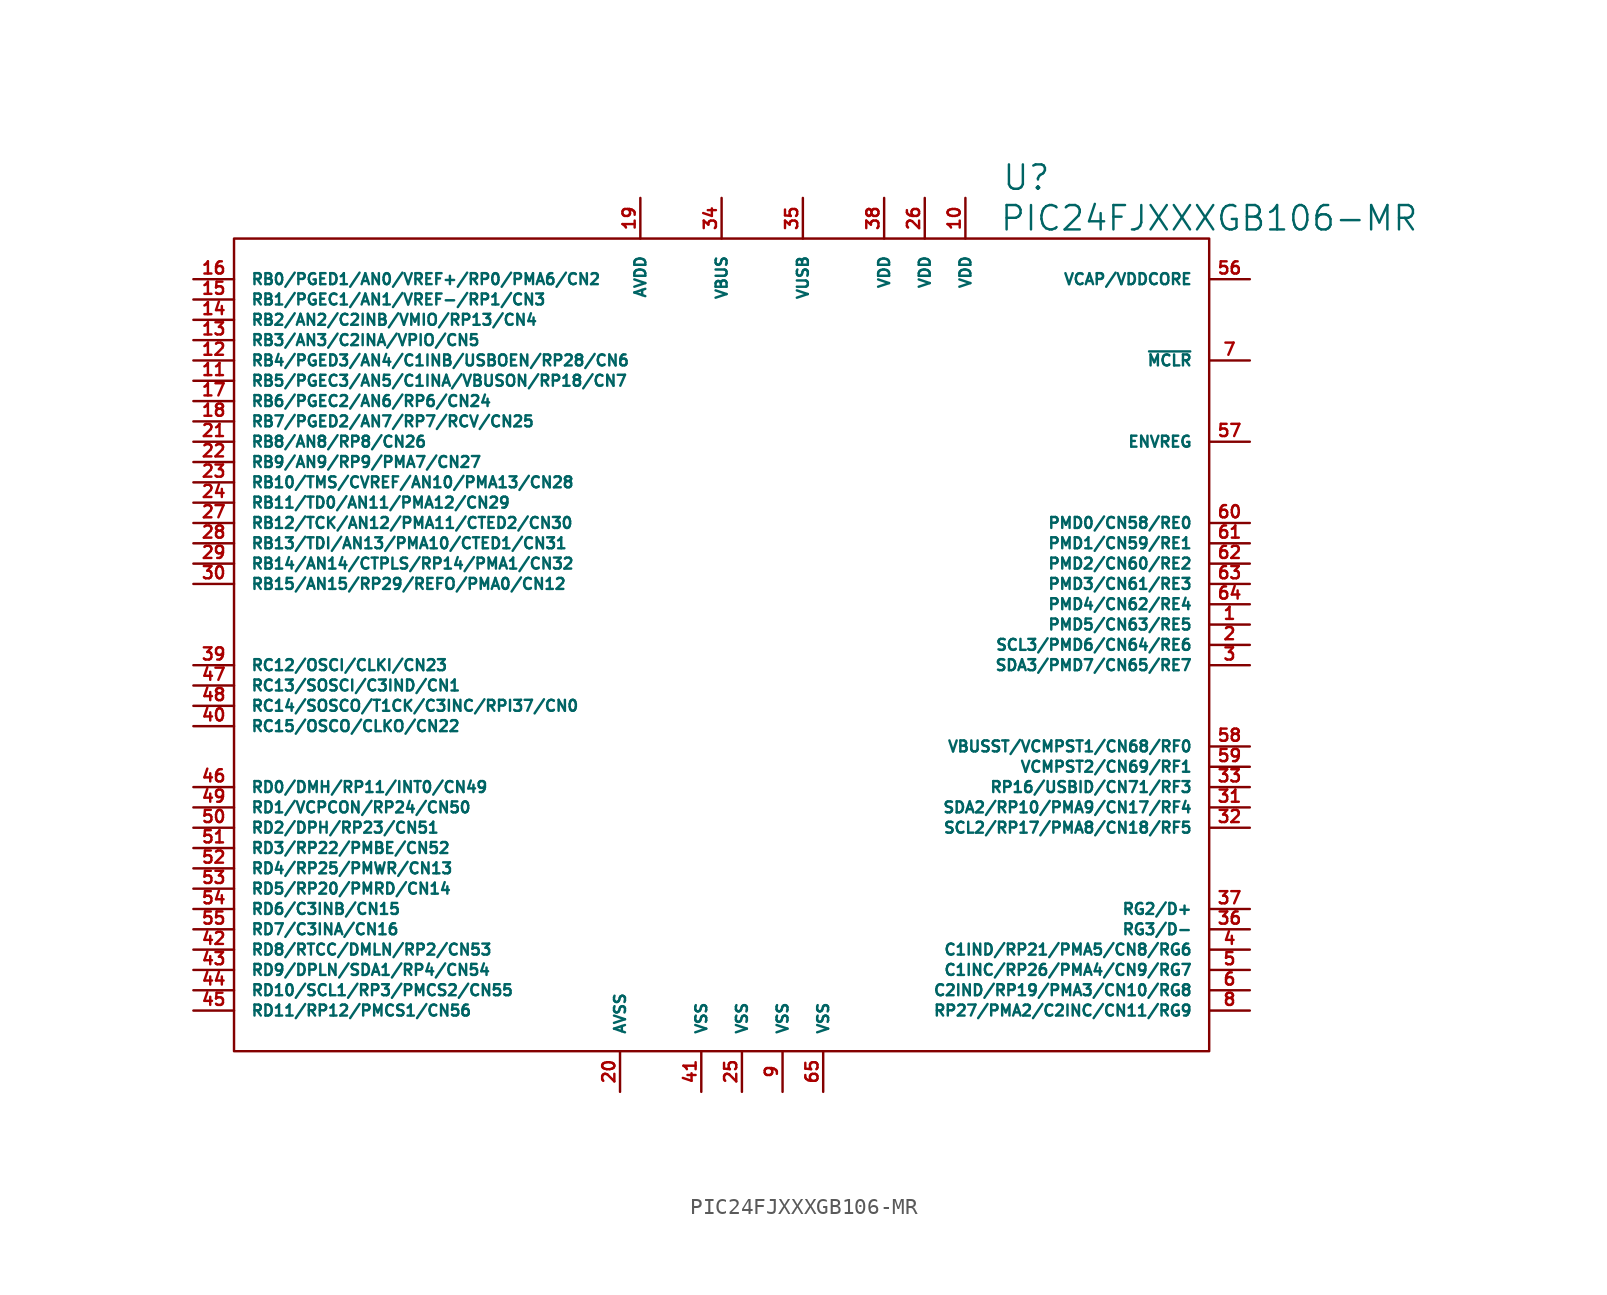
<source format=kicad_sym>
(kicad_symbol_lib
  (version 20220914)
  (generator kicad_symbol_editor)
  (symbol "PIC24FJXXXGB106-MR"
    (pin_names
      (offset 1.016))
    (property "Reference" "U"
      (at 19.05 29.21 0)
      (effects (font (size 1.524 1.524))))
    (property "Value" "PIC24FJXXXGB106-MR"
      (at 30.48 26.67 0)
      (effects (font (size 1.524 1.524))))
    (property "Footprint" ""
      (at 0 -8.89 0)
      (effects (font (size 1.524 1.524))))
    (property "Datasheet" ""
      (at 0 0 0)
      (effects (font (size 1.524 1.524))))
    (symbol "PIC24FJXXXGB106-MR_0_1"
      (rectangle (start 30.48 25.4) (end -30.48 -25.4) (stroke (width 0) (type solid)) (fill (type none))))
    (symbol "PIC24FJXXXGB106-MR_1_1"
      (pin passive line (at 33.02 1.27 180) (length 2.54) (name "PMD5/CN63/RE5" (effects (font (size 0.686 0.686)))) (number "1" (effects (font (size 0.762 0.762)))))
      (pin passive line (at 15.24 27.94 270) (length 2.54) (name "VDD" (effects (font (size 0.686 0.686)))) (number "10" (effects (font (size 0.762 0.762)))))
      (pin passive line (at -33.02 16.51 0) (length 2.54) (name "RB5/PGEC3/AN5/C1INA/VBUSON/RP18/CN7" (effects (font (size 0.686 0.686)))) (number "11" (effects (font (size 0.762 0.762)))))
      (pin passive line (at -33.02 17.78 0) (length 2.54) (name "RB4/PGED3/AN4/C1INB/USBOEN/RP28/CN6" (effects (font (size 0.686 0.686)))) (number "12" (effects (font (size 0.762 0.762)))))
      (pin passive line (at -33.02 19.05 0) (length 2.54) (name "RB3/AN3/C2INA/VPIO/CN5" (effects (font (size 0.686 0.686)))) (number "13" (effects (font (size 0.762 0.762)))))
      (pin passive line (at -33.02 20.32 0) (length 2.54) (name "RB2/AN2/C2INB/VMIO/RP13/CN4" (effects (font (size 0.686 0.686)))) (number "14" (effects (font (size 0.762 0.762)))))
      (pin passive line (at -33.02 21.59 0) (length 2.54) (name "RB1/PGEC1/AN1/VREF-/RP1/CN3" (effects (font (size 0.686 0.686)))) (number "15" (effects (font (size 0.762 0.762)))))
      (pin passive line (at -33.02 22.86 0) (length 2.54) (name "RB0/PGED1/AN0/VREF+/RP0/PMA6/CN2" (effects (font (size 0.686 0.686)))) (number "16" (effects (font (size 0.762 0.762)))))
      (pin passive line (at -33.02 15.24 0) (length 2.54) (name "RB6/PGEC2/AN6/RP6/CN24" (effects (font (size 0.686 0.686)))) (number "17" (effects (font (size 0.762 0.762)))))
      (pin passive line (at -33.02 13.97 0) (length 2.54) (name "RB7/PGED2/AN7/RP7/RCV/CN25" (effects (font (size 0.686 0.686)))) (number "18" (effects (font (size 0.762 0.762)))))
      (pin passive line (at -5.08 27.94 270) (length 2.54) (name "AVDD" (effects (font (size 0.686 0.686)))) (number "19" (effects (font (size 0.762 0.762)))))
      (pin passive line (at 33.02 0 180) (length 2.54) (name "SCL3/PMD6/CN64/RE6" (effects (font (size 0.686 0.686)))) (number "2" (effects (font (size 0.762 0.762)))))
      (pin passive line (at -6.35 -27.94 90) (length 2.54) (name "AVSS" (effects (font (size 0.686 0.686)))) (number "20" (effects (font (size 0.762 0.762)))))
      (pin passive line (at -33.02 12.7 0) (length 2.54) (name "RB8/AN8/RP8/CN26" (effects (font (size 0.686 0.686)))) (number "21" (effects (font (size 0.762 0.762)))))
      (pin passive line (at -33.02 11.43 0) (length 2.54) (name "RB9/AN9/RP9/PMA7/CN27" (effects (font (size 0.686 0.686)))) (number "22" (effects (font (size 0.762 0.762)))))
      (pin passive line (at -33.02 10.16 0) (length 2.54) (name "RB10/TMS/CVREF/AN10/PMA13/CN28" (effects (font (size 0.686 0.686)))) (number "23" (effects (font (size 0.762 0.762)))))
      (pin passive line (at -33.02 8.89 0) (length 2.54) (name "RB11/TD0/AN11/PMA12/CN29" (effects (font (size 0.686 0.686)))) (number "24" (effects (font (size 0.762 0.762)))))
      (pin passive line (at 1.27 -27.94 90) (length 2.54) (name "VSS" (effects (font (size 0.686 0.686)))) (number "25" (effects (font (size 0.762 0.762)))))
      (pin passive line (at 12.7 27.94 270) (length 2.54) (name "VDD" (effects (font (size 0.686 0.686)))) (number "26" (effects (font (size 0.762 0.762)))))
      (pin passive line (at -33.02 7.62 0) (length 2.54) (name "RB12/TCK/AN12/PMA11/CTED2/CN30" (effects (font (size 0.686 0.686)))) (number "27" (effects (font (size 0.762 0.762)))))
      (pin passive line (at -33.02 6.35 0) (length 2.54) (name "RB13/TDI/AN13/PMA10/CTED1/CN31" (effects (font (size 0.686 0.686)))) (number "28" (effects (font (size 0.762 0.762)))))
      (pin passive line (at -33.02 5.08 0) (length 2.54) (name "RB14/AN14/CTPLS/RP14/PMA1/CN32" (effects (font (size 0.686 0.686)))) (number "29" (effects (font (size 0.762 0.762)))))
      (pin passive line (at 33.02 -1.27 180) (length 2.54) (name "SDA3/PMD7/CN65/RE7" (effects (font (size 0.686 0.686)))) (number "3" (effects (font (size 0.762 0.762)))))
      (pin passive line (at -33.02 3.81 0) (length 2.54) (name "RB15/AN15/RP29/REFO/PMA0/CN12" (effects (font (size 0.686 0.686)))) (number "30" (effects (font (size 0.762 0.762)))))
      (pin passive line (at 33.02 -10.16 180) (length 2.54) (name "SDA2/RP10/PMA9/CN17/RF4" (effects (font (size 0.686 0.686)))) (number "31" (effects (font (size 0.762 0.762)))))
      (pin passive line (at 33.02 -11.43 180) (length 2.54) (name "SCL2/RP17/PMA8/CN18/RF5" (effects (font (size 0.686 0.686)))) (number "32" (effects (font (size 0.762 0.762)))))
      (pin passive line (at 33.02 -8.89 180) (length 2.54) (name "RP16/USBID/CN71/RF3" (effects (font (size 0.686 0.686)))) (number "33" (effects (font (size 0.762 0.762)))))
      (pin passive line (at 0 27.94 270) (length 2.54) (name "VBUS" (effects (font (size 0.686 0.686)))) (number "34" (effects (font (size 0.762 0.762)))))
      (pin passive line (at 5.08 27.94 270) (length 2.54) (name "VUSB" (effects (font (size 0.686 0.686)))) (number "35" (effects (font (size 0.762 0.762)))))
      (pin passive line (at 33.02 -17.78 180) (length 2.54) (name "RG3/D-" (effects (font (size 0.686 0.686)))) (number "36" (effects (font (size 0.762 0.762)))))
      (pin passive line (at 33.02 -16.51 180) (length 2.54) (name "RG2/D+" (effects (font (size 0.686 0.686)))) (number "37" (effects (font (size 0.762 0.762)))))
      (pin passive line (at 10.16 27.94 270) (length 2.54) (name "VDD" (effects (font (size 0.686 0.686)))) (number "38" (effects (font (size 0.762 0.762)))))
      (pin passive line (at -33.02 -1.27 0) (length 2.54) (name "RC12/OSCI/CLKI/CN23" (effects (font (size 0.686 0.686)))) (number "39" (effects (font (size 0.762 0.762)))))
      (pin passive line (at 33.02 -19.05 180) (length 2.54) (name "C1IND/RP21/PMA5/CN8/RG6" (effects (font (size 0.686 0.686)))) (number "4" (effects (font (size 0.762 0.762)))))
      (pin passive line (at -33.02 -5.08 0) (length 2.54) (name "RC15/OSCO/CLKO/CN22" (effects (font (size 0.686 0.686)))) (number "40" (effects (font (size 0.762 0.762)))))
      (pin passive line (at -1.27 -27.94 90) (length 2.54) (name "VSS" (effects (font (size 0.686 0.686)))) (number "41" (effects (font (size 0.762 0.762)))))
      (pin passive line (at -33.02 -19.05 0) (length 2.54) (name "RD8/RTCC/DMLN/RP2/CN53" (effects (font (size 0.686 0.686)))) (number "42" (effects (font (size 0.762 0.762)))))
      (pin passive line (at -33.02 -20.32 0) (length 2.54) (name "RD9/DPLN/SDA1/RP4/CN54" (effects (font (size 0.686 0.686)))) (number "43" (effects (font (size 0.762 0.762)))))
      (pin passive line (at -33.02 -21.59 0) (length 2.54) (name "RD10/SCL1/RP3/PMCS2/CN55" (effects (font (size 0.686 0.686)))) (number "44" (effects (font (size 0.762 0.762)))))
      (pin passive line (at -33.02 -22.86 0) (length 2.54) (name "RD11/RP12/PMCS1/CN56" (effects (font (size 0.686 0.686)))) (number "45" (effects (font (size 0.762 0.762)))))
      (pin passive line (at -33.02 -8.89 0) (length 2.54) (name "RD0/DMH/RP11/INT0/CN49" (effects (font (size 0.686 0.686)))) (number "46" (effects (font (size 0.762 0.762)))))
      (pin passive line (at -33.02 -2.54 0) (length 2.54) (name "RC13/SOSCI/C3IND/CN1" (effects (font (size 0.686 0.686)))) (number "47" (effects (font (size 0.762 0.762)))))
      (pin passive line (at -33.02 -3.81 0) (length 2.54) (name "RC14/SOSCO/T1CK/C3INC/RPI37/CN0" (effects (font (size 0.686 0.686)))) (number "48" (effects (font (size 0.762 0.762)))))
      (pin passive line (at -33.02 -10.16 0) (length 2.54) (name "RD1/VCPCON/RP24/CN50" (effects (font (size 0.686 0.686)))) (number "49" (effects (font (size 0.762 0.762)))))
      (pin passive line (at 33.02 -20.32 180) (length 2.54) (name "C1INC/RP26/PMA4/CN9/RG7" (effects (font (size 0.686 0.686)))) (number "5" (effects (font (size 0.762 0.762)))))
      (pin passive line (at -33.02 -11.43 0) (length 2.54) (name "RD2/DPH/RP23/CN51" (effects (font (size 0.686 0.686)))) (number "50" (effects (font (size 0.762 0.762)))))
      (pin passive line (at -33.02 -12.7 0) (length 2.54) (name "RD3/RP22/PMBE/CN52" (effects (font (size 0.686 0.686)))) (number "51" (effects (font (size 0.762 0.762)))))
      (pin passive line (at -33.02 -13.97 0) (length 2.54) (name "RD4/RP25/PMWR/CN13" (effects (font (size 0.686 0.686)))) (number "52" (effects (font (size 0.762 0.762)))))
      (pin passive line (at -33.02 -15.24 0) (length 2.54) (name "RD5/RP20/PMRD/CN14" (effects (font (size 0.686 0.686)))) (number "53" (effects (font (size 0.762 0.762)))))
      (pin passive line (at -33.02 -16.51 0) (length 2.54) (name "RD6/C3INB/CN15" (effects (font (size 0.686 0.686)))) (number "54" (effects (font (size 0.762 0.762)))))
      (pin passive line (at -33.02 -17.78 0) (length 2.54) (name "RD7/C3INA/CN16" (effects (font (size 0.686 0.686)))) (number "55" (effects (font (size 0.762 0.762)))))
      (pin passive line (at 33.02 22.86 180) (length 2.54) (name "VCAP/VDDCORE" (effects (font (size 0.686 0.686)))) (number "56" (effects (font (size 0.762 0.762)))))
      (pin passive line (at 33.02 12.7 180) (length 2.54) (name "ENVREG" (effects (font (size 0.686 0.686)))) (number "57" (effects (font (size 0.762 0.762)))))
      (pin passive line (at 33.02 -6.35 180) (length 2.54) (name "VBUSST/VCMPST1/CN68/RF0" (effects (font (size 0.686 0.686)))) (number "58" (effects (font (size 0.762 0.762)))))
      (pin passive line (at 33.02 -7.62 180) (length 2.54) (name "VCMPST2/CN69/RF1" (effects (font (size 0.686 0.686)))) (number "59" (effects (font (size 0.762 0.762)))))
      (pin passive line (at 33.02 -21.59 180) (length 2.54) (name "C2IND/RP19/PMA3/CN10/RG8" (effects (font (size 0.686 0.686)))) (number "6" (effects (font (size 0.762 0.762)))))
      (pin passive line (at 33.02 7.62 180) (length 2.54) (name "PMD0/CN58/RE0" (effects (font (size 0.686 0.686)))) (number "60" (effects (font (size 0.762 0.762)))))
      (pin passive line (at 33.02 6.35 180) (length 2.54) (name "PMD1/CN59/RE1" (effects (font (size 0.686 0.686)))) (number "61" (effects (font (size 0.762 0.762)))))
      (pin passive line (at 33.02 5.08 180) (length 2.54) (name "PMD2/CN60/RE2" (effects (font (size 0.686 0.686)))) (number "62" (effects (font (size 0.762 0.762)))))
      (pin passive line (at 33.02 3.81 180) (length 2.54) (name "PMD3/CN61/RE3" (effects (font (size 0.686 0.686)))) (number "63" (effects (font (size 0.762 0.762)))))
      (pin passive line (at 33.02 2.54 180) (length 2.54) (name "PMD4/CN62/RE4" (effects (font (size 0.686 0.686)))) (number "64" (effects (font (size 0.762 0.762)))))
      (pin passive line (at 6.35 -27.94 90) (length 2.54) (name "VSS" (effects (font (size 0.686 0.686)))) (number "65" (effects (font (size 0.762 0.762)))))
      (pin passive line (at 33.02 17.78 180) (length 2.54) (name "~{MCLR}" (effects (font (size 0.686 0.686)))) (number "7" (effects (font (size 0.762 0.762)))))
      (pin passive line (at 33.02 -22.86 180) (length 2.54) (name "RP27/PMA2/C2INC/CN11/RG9" (effects (font (size 0.686 0.686)))) (number "8" (effects (font (size 0.762 0.762)))))
      (pin passive line (at 3.81 -27.94 90) (length 2.54) (name "VSS" (effects (font (size 0.686 0.686)))) (number "9" (effects (font (size 0.762 0.762))))))))
</source>
